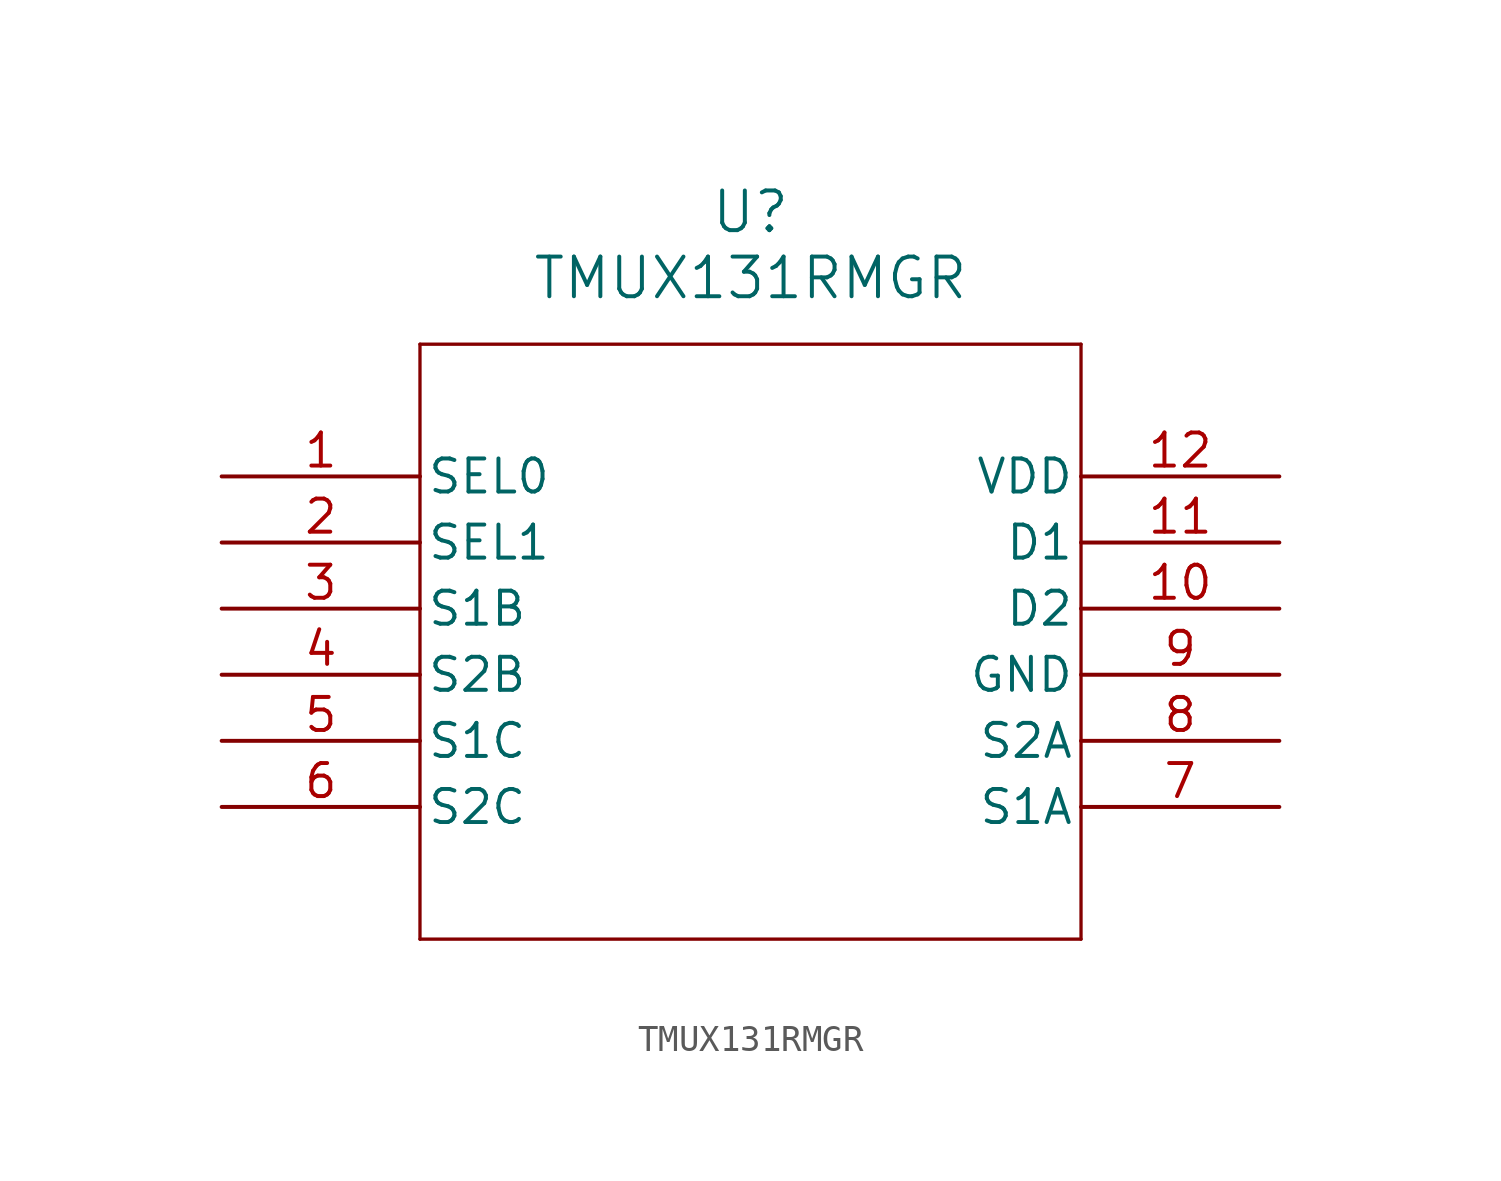
<source format=kicad_sym>
(kicad_symbol_lib
  (version 20231120)
  (generator "kicad_symbol_editor")
  (generator_version "8.0")
  (symbol "TMUX131RMGR"
    (pin_names
      (offset 0.254))
    (property "Reference" "U"
      (at 20.32 10.16 0)
      (effects (font (size 1.524 1.524))))
    (property "Value" "TMUX131RMGR"
      (at 20.32 7.62 0)
      (effects (font (size 1.524 1.524))))
    (property "ki_locked" ""
      (at 0 0 0)
      (effects (font (size 1.27 1.27))))
    (symbol "TMUX131RMGR_0_1"
      (polyline (pts (xy 7.62 -17.78) (xy 33.02 -17.78)) (stroke (width 0.127) (type default)) (fill (type none)))
      (polyline (pts (xy 7.62 5.08) (xy 7.62 -17.78)) (stroke (width 0.127) (type default)) (fill (type none)))
      (polyline (pts (xy 33.02 -17.78) (xy 33.02 5.08)) (stroke (width 0.127) (type default)) (fill (type none)))
      (polyline (pts (xy 33.02 5.08) (xy 7.62 5.08)) (stroke (width 0.127) (type default)) (fill (type none)))
      (pin input line (at 0 0 0) (length 7.62) (name "SEL0" (effects (font (size 1.27 1.27)))) (number "1" (effects (font (size 1.27 1.27)))))
      (pin bidirectional line (at 40.64 -5.08 180) (length 7.62) (name "D2" (effects (font (size 1.27 1.27)))) (number "10" (effects (font (size 1.27 1.27)))))
      (pin bidirectional line (at 40.64 -2.54 180) (length 7.62) (name "D1" (effects (font (size 1.27 1.27)))) (number "11" (effects (font (size 1.27 1.27)))))
      (pin power_in line (at 40.64 0 180) (length 7.62) (name "VDD" (effects (font (size 1.27 1.27)))) (number "12" (effects (font (size 1.27 1.27)))))
      (pin input line (at 0 -2.54 0) (length 7.62) (name "SEL1" (effects (font (size 1.27 1.27)))) (number "2" (effects (font (size 1.27 1.27)))))
      (pin bidirectional line (at 0 -5.08 0) (length 7.62) (name "S1B" (effects (font (size 1.27 1.27)))) (number "3" (effects (font (size 1.27 1.27)))))
      (pin bidirectional line (at 0 -7.62 0) (length 7.62) (name "S2B" (effects (font (size 1.27 1.27)))) (number "4" (effects (font (size 1.27 1.27)))))
      (pin bidirectional line (at 0 -10.16 0) (length 7.62) (name "S1C" (effects (font (size 1.27 1.27)))) (number "5" (effects (font (size 1.27 1.27)))))
      (pin bidirectional line (at 0 -12.7 0) (length 7.62) (name "S2C" (effects (font (size 1.27 1.27)))) (number "6" (effects (font (size 1.27 1.27)))))
      (pin bidirectional line (at 40.64 -12.7 180) (length 7.62) (name "S1A" (effects (font (size 1.27 1.27)))) (number "7" (effects (font (size 1.27 1.27)))))
      (pin bidirectional line (at 40.64 -10.16 180) (length 7.62) (name "S2A" (effects (font (size 1.27 1.27)))) (number "8" (effects (font (size 1.27 1.27))))))
    (symbol "TMUX131RMGR_1_1"
      (pin power_in line (at 40.64 -7.62 180) (length 7.62) (name "GND" (effects (font (size 1.27 1.27)))) (number "9" (effects (font (size 1.27 1.27))))))))
</source>
